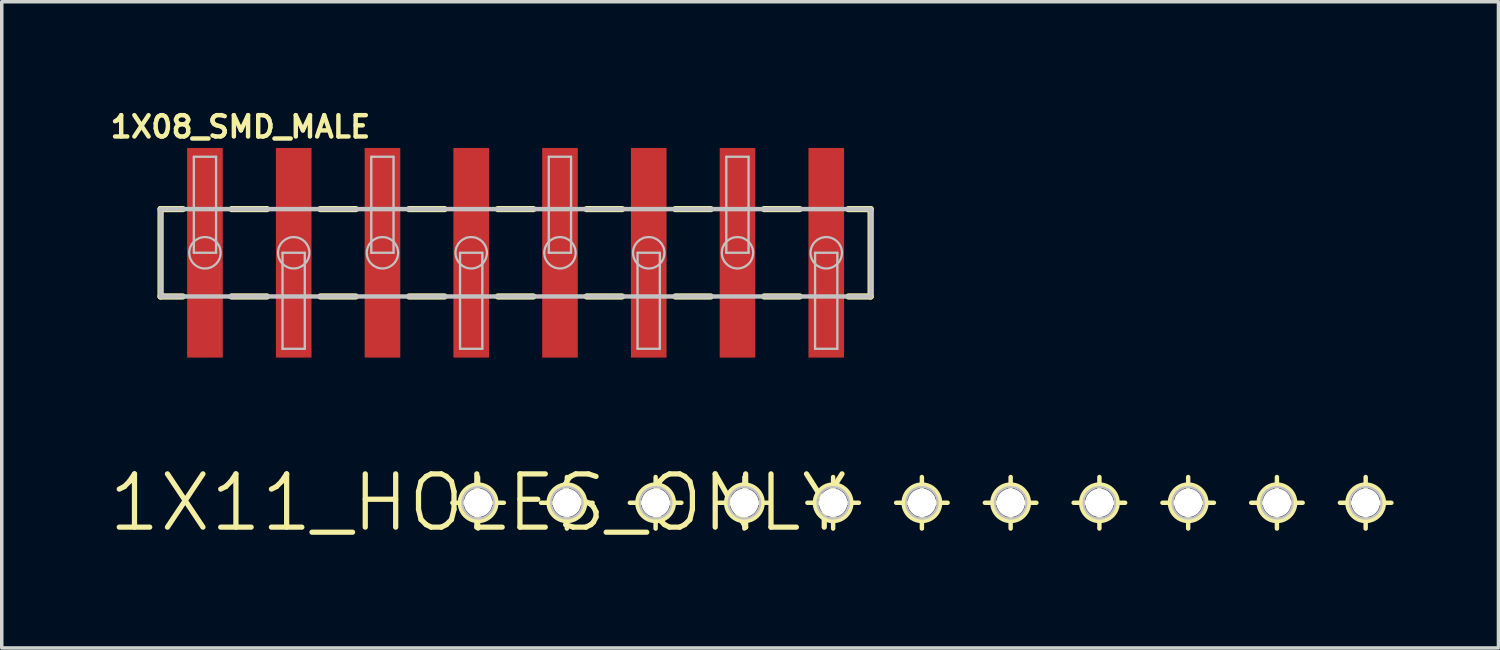
<source format=kicad_pcb>
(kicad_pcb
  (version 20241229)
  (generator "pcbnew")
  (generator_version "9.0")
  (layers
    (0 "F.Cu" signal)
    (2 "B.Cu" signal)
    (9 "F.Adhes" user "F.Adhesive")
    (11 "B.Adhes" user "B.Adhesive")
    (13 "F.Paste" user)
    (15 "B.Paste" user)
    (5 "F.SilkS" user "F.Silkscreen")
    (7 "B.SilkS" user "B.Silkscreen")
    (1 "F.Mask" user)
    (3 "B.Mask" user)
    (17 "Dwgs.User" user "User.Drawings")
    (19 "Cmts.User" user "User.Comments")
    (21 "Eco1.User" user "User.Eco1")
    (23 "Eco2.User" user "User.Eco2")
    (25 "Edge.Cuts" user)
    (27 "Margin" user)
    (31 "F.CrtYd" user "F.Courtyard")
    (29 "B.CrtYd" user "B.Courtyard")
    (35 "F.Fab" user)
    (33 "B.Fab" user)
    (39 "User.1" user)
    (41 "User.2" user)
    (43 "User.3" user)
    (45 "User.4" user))
  (footprint "1X08_SMD_MALE"
    (layer "F.Cu")
    (at 2.815 4.184)
    (property "Reference" "1X08_SMD_MALE" (at 1.016 -3.604 0) (layer "F.SilkS") (effects (font (size 0.61 0.61) (thickness 0.127))))
    (attr smd)
    (fp_line (start -1.27 -1.25) (end -1.27 1.25) (stroke (width 0.178) (type solid)) (layer "F.SilkS"))
    (fp_line (start -1.27 -1.25) (end -0.635 -1.25) (stroke (width 0.178) (type solid)) (layer "F.SilkS"))
    (fp_line (start -1.27 1.25) (end -0.635 1.25) (stroke (width 0.178) (type solid)) (layer "F.SilkS"))
    (fp_line (start 0.762 -1.25) (end 1.778 -1.25) (stroke (width 0.178) (type solid)) (layer "F.SilkS"))
    (fp_line (start 1.778 1.25) (end 0.762 1.25) (stroke (width 0.178) (type solid)) (layer "F.SilkS"))
    (fp_line (start 3.302 -1.25) (end 4.318 -1.25) (stroke (width 0.178) (type solid)) (layer "F.SilkS"))
    (fp_line (start 4.318 1.25) (end 3.302 1.25) (stroke (width 0.178) (type solid)) (layer "F.SilkS"))
    (fp_line (start 5.842 -1.25) (end 6.858 -1.25) (stroke (width 0.178) (type solid)) (layer "F.SilkS"))
    (fp_line (start 6.858 1.25) (end 5.842 1.25) (stroke (width 0.178) (type solid)) (layer "F.SilkS"))
    (fp_line (start 8.382 -1.25) (end 9.398 -1.25) (stroke (width 0.178) (type solid)) (layer "F.SilkS"))
    (fp_line (start 9.398 1.25) (end 8.382 1.25) (stroke (width 0.178) (type solid)) (layer "F.SilkS"))
    (fp_line (start 10.922 -1.25) (end 11.938 -1.25) (stroke (width 0.178) (type solid)) (layer "F.SilkS"))
    (fp_line (start 11.938 1.25) (end 10.922 1.25) (stroke (width 0.178) (type solid)) (layer "F.SilkS"))
    (fp_line (start 13.462 -1.25) (end 14.475 -1.25) (stroke (width 0.178) (type solid)) (layer "F.SilkS"))
    (fp_line (start 14.475 1.25) (end 13.462 1.25) (stroke (width 0.178) (type solid)) (layer "F.SilkS"))
    (fp_line (start 16.002 -1.25) (end 17.018 -1.25) (stroke (width 0.178) (type solid)) (layer "F.SilkS"))
    (fp_line (start 17.018 1.25) (end 16.002 1.25) (stroke (width 0.178) (type solid)) (layer "F.SilkS"))
    (fp_line (start 19.05 -1.25) (end 18.415 -1.25) (stroke (width 0.178) (type solid)) (layer "F.SilkS"))
    (fp_line (start 19.05 1.25) (end 18.415 1.25) (stroke (width 0.178) (type solid)) (layer "F.SilkS"))
    (fp_line (start 19.05 1.25) (end 19.05 -1.25) (stroke (width 0.178) (type solid)) (layer "F.SilkS"))
    (fp_line (start -1.27 -1.25) (end -1.27 1.25) (stroke (width 0.127) (type solid)) (layer "Dwgs.User"))
    (fp_line (start -1.27 1.25) (end 19.05 1.25) (stroke (width 0.127) (type solid)) (layer "Dwgs.User"))
    (fp_line (start -0.318 -2.748) (end 0.318 -2.748) (stroke (width 0.066) (type solid)) (layer "Dwgs.User"))
    (fp_line (start -0.318 0) (end -0.318 -2.748) (stroke (width 0.066) (type solid)) (layer "Dwgs.User"))
    (fp_line (start -0.318 0) (end 0.318 0) (stroke (width 0.066) (type solid)) (layer "Dwgs.User"))
    (fp_line (start 0.318 0) (end 0.318 -2.748) (stroke (width 0.066) (type solid)) (layer "Dwgs.User"))
    (fp_line (start 2.22 0) (end 2.857 0) (stroke (width 0.066) (type solid)) (layer "Dwgs.User"))
    (fp_line (start 2.22 2.748) (end 2.22 0) (stroke (width 0.066) (type solid)) (layer "Dwgs.User"))
    (fp_line (start 2.22 2.748) (end 2.857 2.748) (stroke (width 0.066) (type solid)) (layer "Dwgs.User"))
    (fp_line (start 2.857 2.748) (end 2.857 0) (stroke (width 0.066) (type solid)) (layer "Dwgs.User"))
    (fp_line (start 4.76 -2.748) (end 5.397 -2.748) (stroke (width 0.066) (type solid)) (layer "Dwgs.User"))
    (fp_line (start 4.76 0) (end 4.76 -2.748) (stroke (width 0.066) (type solid)) (layer "Dwgs.User"))
    (fp_line (start 4.76 0) (end 5.397 0) (stroke (width 0.066) (type solid)) (layer "Dwgs.User"))
    (fp_line (start 5.397 0) (end 5.397 -2.748) (stroke (width 0.066) (type solid)) (layer "Dwgs.User"))
    (fp_line (start 7.3 0) (end 7.938 0) (stroke (width 0.066) (type solid)) (layer "Dwgs.User"))
    (fp_line (start 7.3 2.748) (end 7.3 0) (stroke (width 0.066) (type solid)) (layer "Dwgs.User"))
    (fp_line (start 7.3 2.748) (end 7.938 2.748) (stroke (width 0.066) (type solid)) (layer "Dwgs.User"))
    (fp_line (start 7.938 2.748) (end 7.938 0) (stroke (width 0.066) (type solid)) (layer "Dwgs.User"))
    (fp_line (start 9.84 -2.748) (end 10.477 -2.748) (stroke (width 0.066) (type solid)) (layer "Dwgs.User"))
    (fp_line (start 9.84 0) (end 9.84 -2.748) (stroke (width 0.066) (type solid)) (layer "Dwgs.User"))
    (fp_line (start 9.84 0) (end 10.477 0) (stroke (width 0.066) (type solid)) (layer "Dwgs.User"))
    (fp_line (start 10.477 0) (end 10.477 -2.748) (stroke (width 0.066) (type solid)) (layer "Dwgs.User"))
    (fp_line (start 12.38 0) (end 13.018 0) (stroke (width 0.066) (type solid)) (layer "Dwgs.User"))
    (fp_line (start 12.38 2.748) (end 12.38 0) (stroke (width 0.066) (type solid)) (layer "Dwgs.User"))
    (fp_line (start 12.38 2.748) (end 13.018 2.748) (stroke (width 0.066) (type solid)) (layer "Dwgs.User"))
    (fp_line (start 13.018 2.748) (end 13.018 0) (stroke (width 0.066) (type solid)) (layer "Dwgs.User"))
    (fp_line (start 14.92 -2.748) (end 15.557 -2.748) (stroke (width 0.066) (type solid)) (layer "Dwgs.User"))
    (fp_line (start 14.92 0) (end 14.92 -2.748) (stroke (width 0.066) (type solid)) (layer "Dwgs.User"))
    (fp_line (start 14.92 0) (end 15.557 0) (stroke (width 0.066) (type solid)) (layer "Dwgs.User"))
    (fp_line (start 15.557 0) (end 15.557 -2.748) (stroke (width 0.066) (type solid)) (layer "Dwgs.User"))
    (fp_line (start 17.46 0) (end 18.098 0) (stroke (width 0.066) (type solid)) (layer "Dwgs.User"))
    (fp_line (start 17.46 2.748) (end 17.46 0) (stroke (width 0.066) (type solid)) (layer "Dwgs.User"))
    (fp_line (start 17.46 2.748) (end 18.098 2.748) (stroke (width 0.066) (type solid)) (layer "Dwgs.User"))
    (fp_line (start 18.098 2.748) (end 18.098 0) (stroke (width 0.066) (type solid)) (layer "Dwgs.User"))
    (fp_line (start 19.05 -1.25) (end -1.27 -1.25) (stroke (width 0.127) (type solid)) (layer "Dwgs.User"))
    (fp_line (start 19.05 1.25) (end 19.05 -1.25) (stroke (width 0.127) (type solid)) (layer "Dwgs.User"))
    (fp_circle (center 0 0) (end -0.318 0.318) (stroke (width 0.064) (type solid)) (fill no) (layer "Dwgs.User"))
    (fp_circle (center 2.54 0) (end 2.857 0.318) (stroke (width 0.064) (type solid)) (fill no) (layer "Dwgs.User"))
    (fp_circle (center 5.08 0) (end 5.397 0.318) (stroke (width 0.064) (type solid)) (fill no) (layer "Dwgs.User"))
    (fp_circle (center 7.62 0) (end 7.938 0.318) (stroke (width 0.064) (type solid)) (fill no) (layer "Dwgs.User"))
    (fp_circle (center 10.16 0) (end 10.477 0.318) (stroke (width 0.064) (type solid)) (fill no) (layer "Dwgs.User"))
    (fp_circle (center 12.7 0) (end 13.018 0.318) (stroke (width 0.064) (type solid)) (fill no) (layer "Dwgs.User"))
    (fp_circle (center 15.24 0) (end 15.557 0.318) (stroke (width 0.064) (type solid)) (fill no) (layer "Dwgs.User"))
    (fp_circle (center 17.78 0) (end 18.098 0.318) (stroke (width 0.064) (type solid)) (fill no) (layer "Dwgs.User"))
    (pad "1" smd rect (at 0 0) (size 1.019 5.999) (layers "F.Cu" "F.Mask" "F.Paste"))
    (pad "2" smd rect (at 2.54 0) (size 1.019 5.999) (layers "F.Cu" "F.Mask" "F.Paste"))
    (pad "3" smd rect (at 5.08 0) (size 1.019 5.999) (layers "F.Cu" "F.Mask" "F.Paste"))
    (pad "4" smd rect (at 7.62 0) (size 1.019 5.999) (layers "F.Cu" "F.Mask" "F.Paste"))
    (pad "5" smd rect (at 10.16 0) (size 1.019 5.999) (layers "F.Cu" "F.Mask" "F.Paste"))
    (pad "6" smd rect (at 12.7 0) (size 1.019 5.999) (layers "F.Cu" "F.Mask" "F.Paste"))
    (pad "7" smd rect (at 15.24 0) (size 1.019 5.999) (layers "F.Cu" "F.Mask" "F.Paste"))
    (pad "8" smd rect (at 17.78 0) (size 1.019 5.999) (layers "F.Cu" "F.Mask" "F.Paste")))
  (footprint "1X11_HOLES_ONLY"
    (layer "F.Cu")
    (at 10.632 11.338)
    (property "Reference" "1X11_HOLES_ONLY" (at 0 0 0) (layer "F.SilkS") (effects (font (size 1.524 1.524) (thickness 0.15))))
    (attr exclude_from_pos_files exclude_from_bom)
    (fp_line (start -0.737 0) (end 0.737 0) (stroke (width 0.127) (type solid)) (layer "F.SilkS"))
    (fp_line (start 0 0.737) (end 0 -0.737) (stroke (width 0.127) (type solid)) (layer "F.SilkS"))
    (fp_line (start 1.801 0) (end 3.277 0) (stroke (width 0.127) (type solid)) (layer "F.SilkS"))
    (fp_line (start 2.54 0.737) (end 2.54 -0.737) (stroke (width 0.127) (type solid)) (layer "F.SilkS"))
    (fp_line (start 4.343 0) (end 5.817 0) (stroke (width 0.127) (type solid)) (layer "F.SilkS"))
    (fp_line (start 5.08 0.737) (end 5.08 -0.737) (stroke (width 0.127) (type solid)) (layer "F.SilkS"))
    (fp_line (start 6.883 0) (end 8.357 0) (stroke (width 0.127) (type solid)) (layer "F.SilkS"))
    (fp_line (start 7.62 0.737) (end 7.62 -0.737) (stroke (width 0.127) (type solid)) (layer "F.SilkS"))
    (fp_line (start 9.423 0) (end 10.897 0) (stroke (width 0.127) (type solid)) (layer "F.SilkS"))
    (fp_line (start 10.16 0.737) (end 10.16 -0.737) (stroke (width 0.127) (type solid)) (layer "F.SilkS"))
    (fp_line (start 11.963 0) (end 13.437 0) (stroke (width 0.127) (type solid)) (layer "F.SilkS"))
    (fp_line (start 12.7 0.737) (end 12.7 -0.737) (stroke (width 0.127) (type solid)) (layer "F.SilkS"))
    (fp_line (start 14.501 0) (end 15.977 0) (stroke (width 0.127) (type solid)) (layer "F.SilkS"))
    (fp_line (start 15.24 0.737) (end 15.24 -0.737) (stroke (width 0.127) (type solid)) (layer "F.SilkS"))
    (fp_line (start 17.043 0) (end 18.517 0) (stroke (width 0.127) (type solid)) (layer "F.SilkS"))
    (fp_line (start 17.78 0.737) (end 17.78 -0.737) (stroke (width 0.127) (type solid)) (layer "F.SilkS"))
    (fp_line (start 19.583 0) (end 21.057 0) (stroke (width 0.127) (type solid)) (layer "F.SilkS"))
    (fp_line (start 20.32 0.737) (end 20.32 -0.737) (stroke (width 0.127) (type solid)) (layer "F.SilkS"))
    (fp_line (start 22.123 0) (end 23.597 0) (stroke (width 0.127) (type solid)) (layer "F.SilkS"))
    (fp_line (start 22.86 0.737) (end 22.86 -0.737) (stroke (width 0.127) (type solid)) (layer "F.SilkS"))
    (fp_line (start 24.663 0) (end 26.137 0) (stroke (width 0.127) (type solid)) (layer "F.SilkS"))
    (fp_line (start 25.4 0.737) (end 25.4 -0.737) (stroke (width 0.127) (type solid)) (layer "F.SilkS"))
    (fp_circle (center 0 0) (end -0.368 0.368) (stroke (width 0.127) (type solid)) (fill no) (layer "F.SilkS"))
    (fp_circle (center 2.54 0) (end 2.908 0.368) (stroke (width 0.127) (type solid)) (fill no) (layer "F.SilkS"))
    (fp_circle (center 5.08 0) (end 5.448 0.368) (stroke (width 0.127) (type solid)) (fill no) (layer "F.SilkS"))
    (fp_circle (center 7.62 0) (end 7.988 0.368) (stroke (width 0.127) (type solid)) (fill no) (layer "F.SilkS"))
    (fp_circle (center 10.16 0) (end 10.528 0.368) (stroke (width 0.127) (type solid)) (fill no) (layer "F.SilkS"))
    (fp_circle (center 12.7 0) (end 13.068 0.368) (stroke (width 0.127) (type solid)) (fill no) (layer "F.SilkS"))
    (fp_circle (center 15.24 0) (end 15.608 0.368) (stroke (width 0.127) (type solid)) (fill no) (layer "F.SilkS"))
    (fp_circle (center 17.78 0) (end 18.148 0.368) (stroke (width 0.127) (type solid)) (fill no) (layer "F.SilkS"))
    (fp_circle (center 20.32 0) (end 20.688 0.368) (stroke (width 0.127) (type solid)) (fill no) (layer "F.SilkS"))
    (fp_circle (center 22.86 0) (end 23.228 0.368) (stroke (width 0.127) (type solid)) (fill no) (layer "F.SilkS"))
    (fp_circle (center 25.4 0) (end 25.768 0.368) (stroke (width 0.127) (type solid)) (fill no) (layer "F.SilkS"))
    (fp_circle (center 0 0) (end -0.318 0.318) (stroke (width 0.064) (type solid)) (fill no) (layer "Dwgs.User"))
    (fp_circle (center 2.54 0) (end 2.857 0.318) (stroke (width 0.064) (type solid)) (fill no) (layer "Dwgs.User"))
    (fp_circle (center 5.08 0) (end 5.397 0.318) (stroke (width 0.064) (type solid)) (fill no) (layer "Dwgs.User"))
    (fp_circle (center 7.62 0) (end 7.938 0.318) (stroke (width 0.064) (type solid)) (fill no) (layer "Dwgs.User"))
    (fp_circle (center 10.16 0) (end 10.477 0.318) (stroke (width 0.064) (type solid)) (fill no) (layer "Dwgs.User"))
    (fp_circle (center 12.7 0) (end 13.018 0.318) (stroke (width 0.064) (type solid)) (fill no) (layer "Dwgs.User"))
    (fp_circle (center 15.24 0) (end 15.557 0.318) (stroke (width 0.064) (type solid)) (fill no) (layer "Dwgs.User"))
    (fp_circle (center 17.78 0) (end 18.098 0.318) (stroke (width 0.064) (type solid)) (fill no) (layer "Dwgs.User"))
    (fp_circle (center 20.32 0) (end 20.637 0.318) (stroke (width 0.064) (type solid)) (fill no) (layer "Dwgs.User"))
    (fp_circle (center 22.86 0) (end 23.177 0.318) (stroke (width 0.064) (type solid)) (fill no) (layer "Dwgs.User"))
    (fp_circle (center 25.4 0) (end 25.718 0.318) (stroke (width 0.064) (type solid)) (fill no) (layer "Dwgs.User"))
    (pad "1" thru_hole circle (at 0 0) (size 0.813 0.813) (drill 0.889) (layers "*.Cu" "*.Paste" "*.Mask"))
    (pad "2" thru_hole circle (at 2.54 0) (size 0.813 0.813) (drill 0.889) (layers "*.Cu" "*.Paste" "*.Mask"))
    (pad "3" thru_hole circle (at 5.08 0) (size 0.813 0.813) (drill 0.889) (layers "*.Cu" "*.Paste" "*.Mask"))
    (pad "4" thru_hole circle (at 7.62 0) (size 0.813 0.813) (drill 0.889) (layers "*.Cu" "*.Paste" "*.Mask"))
    (pad "5" thru_hole circle (at 10.16 0) (size 0.813 0.813) (drill 0.889) (layers "*.Cu" "*.Paste" "*.Mask"))
    (pad "6" thru_hole circle (at 12.7 0) (size 0.813 0.813) (drill 0.889) (layers "*.Cu" "*.Paste" "*.Mask"))
    (pad "7" thru_hole circle (at 15.24 0) (size 0.813 0.813) (drill 0.889) (layers "*.Cu" "*.Paste" "*.Mask"))
    (pad "8" thru_hole circle (at 17.78 0) (size 0.813 0.813) (drill 0.889) (layers "*.Cu" "*.Paste" "*.Mask"))
    (pad "9" thru_hole circle (at 20.32 0) (size 0.813 0.813) (drill 0.889) (layers "*.Cu" "*.Paste" "*.Mask"))
    (pad "10" thru_hole circle (at 22.86 0) (size 0.813 0.813) (drill 0.889) (layers "*.Cu" "*.Paste" "*.Mask"))
    (pad "11" thru_hole circle (at 25.4 0) (size 0.813 0.813) (drill 0.889) (layers "*.Cu" "*.Paste" "*.Mask")))
  (gr_rect
    (start -3 -3)
    (end 39.832 15.493)
    (stroke (width 0.1) (type default))
    (fill no)
    (layer "Edge.Cuts")))
</source>
